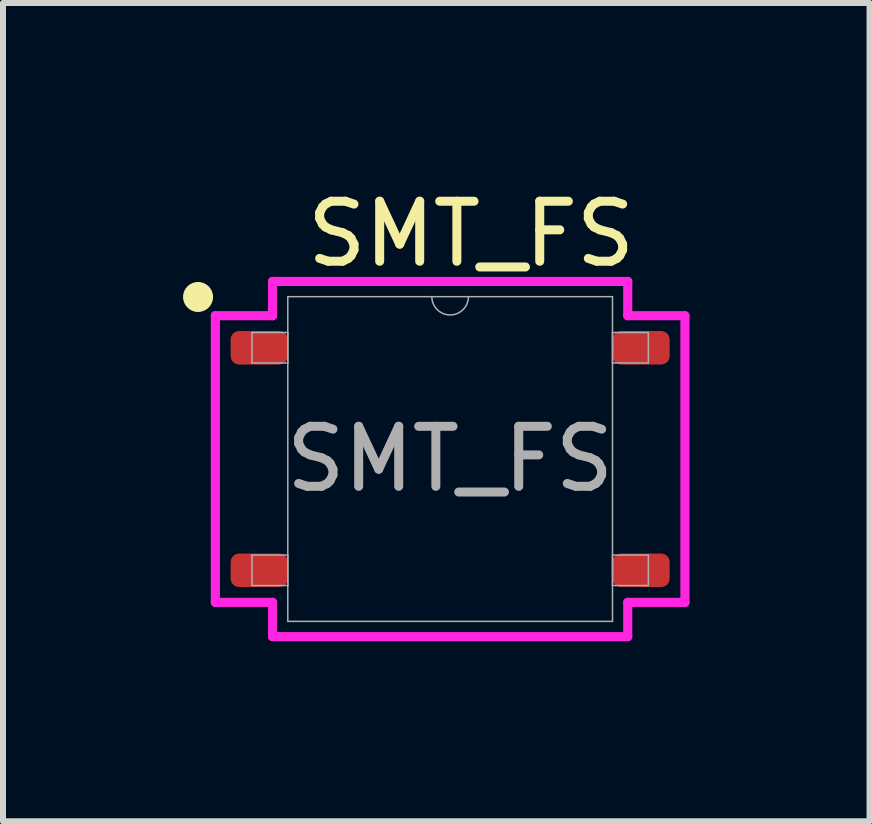
<source format=kicad_pcb>
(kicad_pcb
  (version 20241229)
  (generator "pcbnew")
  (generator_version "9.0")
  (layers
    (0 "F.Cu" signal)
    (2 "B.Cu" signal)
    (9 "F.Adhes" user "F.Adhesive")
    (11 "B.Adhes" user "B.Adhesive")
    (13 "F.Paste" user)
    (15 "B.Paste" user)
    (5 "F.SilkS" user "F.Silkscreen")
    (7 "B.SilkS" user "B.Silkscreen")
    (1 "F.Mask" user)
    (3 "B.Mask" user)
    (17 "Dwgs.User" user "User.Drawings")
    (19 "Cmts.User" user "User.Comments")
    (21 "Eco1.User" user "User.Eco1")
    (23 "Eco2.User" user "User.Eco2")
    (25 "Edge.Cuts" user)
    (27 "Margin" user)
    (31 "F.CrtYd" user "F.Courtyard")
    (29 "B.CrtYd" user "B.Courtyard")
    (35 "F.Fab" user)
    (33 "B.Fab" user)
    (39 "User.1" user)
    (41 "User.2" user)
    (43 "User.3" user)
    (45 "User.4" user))
  (footprint "SMT_FS"
    (layer "F.Cu")
    (at 4.45 4.598)
    (property "Reference" "SMT_FS" (at 0.35 -3.75 0) (unlocked yes) (layer "F.SilkS") (effects (font (size 1 1) (thickness 0.15))))
    (attr smd)
    (fp_circle (center -4.2 -2.7) (end -4 -2.7) (stroke (width 0.1) (type solid)) (fill yes) (layer "F.SilkS"))
    (fp_line (start -3.912 -2.388) (end -2.959 -2.388) (stroke (width 0.152) (type solid)) (layer "F.CrtYd"))
    (fp_line (start -3.912 2.388) (end -3.912 -2.388) (stroke (width 0.152) (type solid)) (layer "F.CrtYd"))
    (fp_line (start -3.912 2.388) (end -2.959 2.388) (stroke (width 0.152) (type solid)) (layer "F.CrtYd"))
    (fp_line (start -2.959 -2.959) (end 2.959 -2.959) (stroke (width 0.152) (type solid)) (layer "F.CrtYd"))
    (fp_line (start -2.959 -2.388) (end -2.959 -2.959) (stroke (width 0.152) (type solid)) (layer "F.CrtYd"))
    (fp_line (start -2.959 2.959) (end -2.959 2.388) (stroke (width 0.152) (type solid)) (layer "F.CrtYd"))
    (fp_line (start 2.959 -2.959) (end 2.959 -2.388) (stroke (width 0.152) (type solid)) (layer "F.CrtYd"))
    (fp_line (start 2.959 2.388) (end 2.959 2.959) (stroke (width 0.152) (type solid)) (layer "F.CrtYd"))
    (fp_line (start 2.959 2.959) (end -2.959 2.959) (stroke (width 0.152) (type solid)) (layer "F.CrtYd"))
    (fp_line (start 3.912 -2.388) (end 2.959 -2.388) (stroke (width 0.152) (type solid)) (layer "F.CrtYd"))
    (fp_line (start 3.912 -2.388) (end 3.912 2.388) (stroke (width 0.152) (type solid)) (layer "F.CrtYd"))
    (fp_line (start 3.912 2.388) (end 2.959 2.388) (stroke (width 0.152) (type solid)) (layer "F.CrtYd"))
    (fp_line (start -3.302 -2.108) (end -3.302 -1.6) (stroke (width 0.025) (type solid)) (layer "F.Fab"))
    (fp_line (start -3.302 -1.6) (end -2.705 -1.6) (stroke (width 0.025) (type solid)) (layer "F.Fab"))
    (fp_line (start -3.302 1.6) (end -3.302 2.108) (stroke (width 0.025) (type solid)) (layer "F.Fab"))
    (fp_line (start -3.302 2.108) (end -2.705 2.108) (stroke (width 0.025) (type solid)) (layer "F.Fab"))
    (fp_line (start -2.705 -2.705) (end -2.705 2.705) (stroke (width 0.025) (type solid)) (layer "F.Fab"))
    (fp_line (start -2.705 -2.108) (end -3.302 -2.108) (stroke (width 0.025) (type solid)) (layer "F.Fab"))
    (fp_line (start -2.705 -1.6) (end -2.705 -2.108) (stroke (width 0.025) (type solid)) (layer "F.Fab"))
    (fp_line (start -2.705 1.6) (end -3.302 1.6) (stroke (width 0.025) (type solid)) (layer "F.Fab"))
    (fp_line (start -2.705 2.108) (end -2.705 1.6) (stroke (width 0.025) (type solid)) (layer "F.Fab"))
    (fp_line (start -2.705 2.705) (end 2.705 2.705) (stroke (width 0.025) (type solid)) (layer "F.Fab"))
    (fp_line (start 2.705 -2.705) (end -2.705 -2.705) (stroke (width 0.025) (type solid)) (layer "F.Fab"))
    (fp_line (start 2.705 -2.108) (end 2.705 -1.6) (stroke (width 0.025) (type solid)) (layer "F.Fab"))
    (fp_line (start 2.705 -1.6) (end 3.302 -1.6) (stroke (width 0.025) (type solid)) (layer "F.Fab"))
    (fp_line (start 2.705 1.6) (end 2.705 2.108) (stroke (width 0.025) (type solid)) (layer "F.Fab"))
    (fp_line (start 2.705 2.108) (end 3.302 2.108) (stroke (width 0.025) (type solid)) (layer "F.Fab"))
    (fp_line (start 2.705 2.705) (end 2.705 -2.705) (stroke (width 0.025) (type solid)) (layer "F.Fab"))
    (fp_line (start 3.302 -2.108) (end 2.705 -2.108) (stroke (width 0.025) (type solid)) (layer "F.Fab"))
    (fp_line (start 3.302 -1.6) (end 3.302 -2.108) (stroke (width 0.025) (type solid)) (layer "F.Fab"))
    (fp_line (start 3.302 1.6) (end 2.705 1.6) (stroke (width 0.025) (type solid)) (layer "F.Fab"))
    (fp_line (start 3.302 2.108) (end 3.302 1.6) (stroke (width 0.025) (type solid)) (layer "F.Fab"))
    (fp_arc (start 0.3048 -2.7051) (mid 0 -2.4003) (end -0.3048 -2.7051) (stroke (width 0.0254) (type solid)) (layer "F.Fab"))
    (fp_text user "${REFERENCE}" (at 0 0 0) (unlocked yes) (layer "F.Fab") (effects (font (size 1 1) (thickness 0.15))))
    (pad "1" smd roundrect (at -3.181 -1.854) (size 0.953 0.559) (layers "F.Cu" "F.Mask" "F.Paste") (roundrect_rratio 0.25))
    (pad "2" smd roundrect (at 3.181 -1.854) (size 0.953 0.559) (layers "F.Cu" "F.Mask" "F.Paste") (roundrect_rratio 0.25))
    (pad "3" smd roundrect (at -3.181 1.854) (size 0.953 0.559) (layers "F.Cu" "F.Mask" "F.Paste") (roundrect_rratio 0.25))
    (pad "4" smd roundrect (at 3.181 1.854) (size 0.953 0.559) (layers "F.Cu" "F.Mask" "F.Paste") (roundrect_rratio 0.25)))
  (gr_rect
    (start -3 -3)
    (end 11.438 10.634)
    (stroke (width 0.1) (type default))
    (fill no)
    (layer "Edge.Cuts")))
</source>
